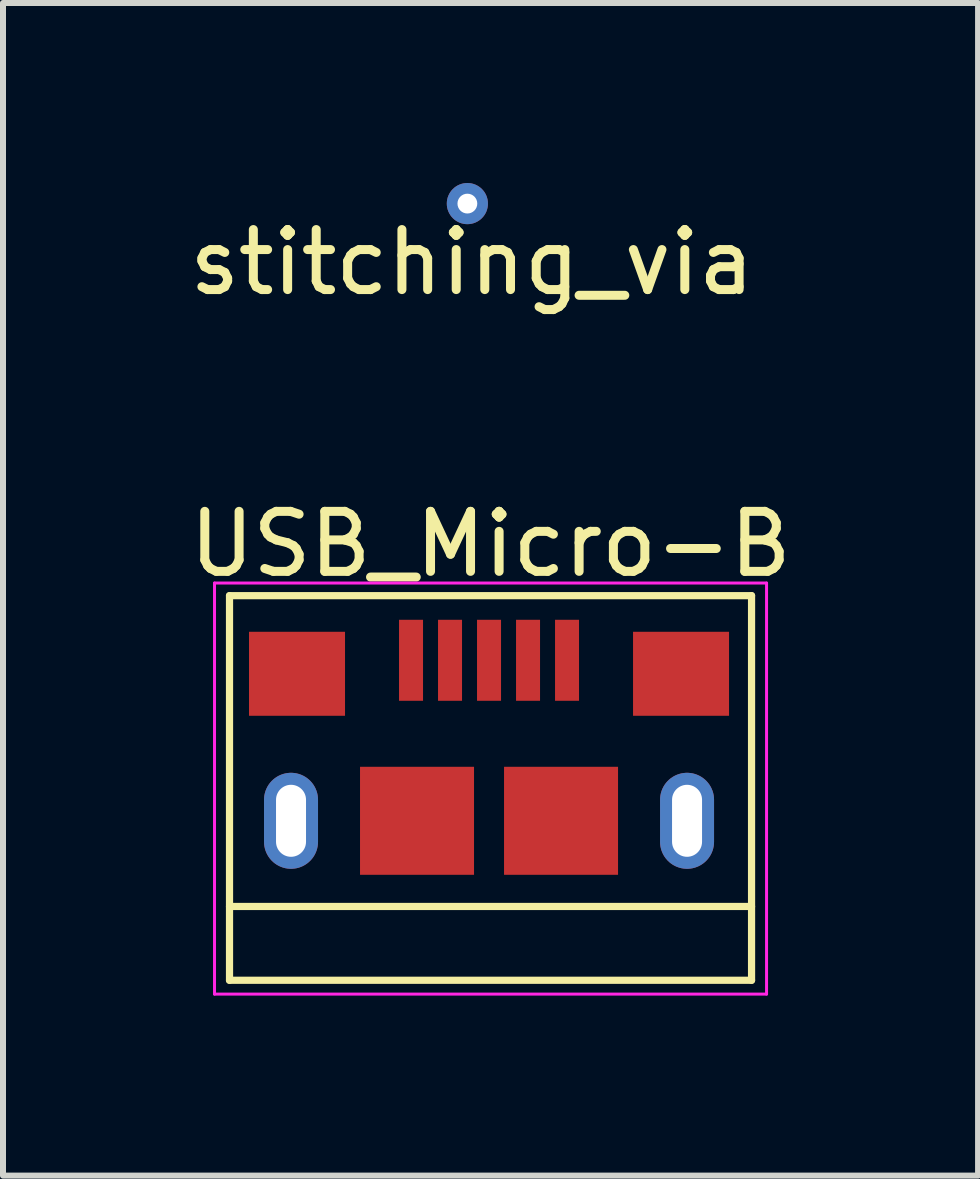
<source format=kicad_pcb>
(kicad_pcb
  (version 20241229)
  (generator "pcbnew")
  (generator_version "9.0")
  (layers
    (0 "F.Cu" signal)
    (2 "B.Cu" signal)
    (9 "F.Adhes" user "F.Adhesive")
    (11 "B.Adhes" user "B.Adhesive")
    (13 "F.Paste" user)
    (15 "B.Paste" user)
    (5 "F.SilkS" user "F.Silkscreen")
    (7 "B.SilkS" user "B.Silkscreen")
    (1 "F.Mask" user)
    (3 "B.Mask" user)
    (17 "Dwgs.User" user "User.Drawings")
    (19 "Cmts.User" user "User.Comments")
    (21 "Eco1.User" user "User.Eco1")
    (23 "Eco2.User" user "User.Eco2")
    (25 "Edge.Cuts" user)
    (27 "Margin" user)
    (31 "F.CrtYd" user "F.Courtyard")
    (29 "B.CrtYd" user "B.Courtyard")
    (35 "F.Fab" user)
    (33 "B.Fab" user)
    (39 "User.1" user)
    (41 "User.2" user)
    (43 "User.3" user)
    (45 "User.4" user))
  (footprint "USB_Micro-B"
    (layer "F.Cu")
    (at 5.1 10.629)
    (property "Reference" "USB_Micro-B" (at 0.025 -4.612 0) (layer "F.SilkS") (effects (font (size 1 1) (thickness 0.15))))
    (attr smd)
    (fp_line (start -4.325 -3.752) (end 4.375 -3.752) (stroke (width 0.12) (type solid)) (layer "F.SilkS"))
    (fp_line (start -4.325 2.658) (end -4.325 -3.752) (stroke (width 0.12) (type solid)) (layer "F.SilkS"))
    (fp_line (start -4.325 2.658) (end 4.375 2.658) (stroke (width 0.12) (type solid)) (layer "F.SilkS"))
    (fp_line (start 4.375 -3.752) (end 4.375 2.658) (stroke (width 0.12) (type solid)) (layer "F.SilkS"))
    (fp_line (start 4.375 1.428) (end -4.325 1.428) (stroke (width 0.12) (type solid)) (layer "F.SilkS"))
    (fp_line (start -4.575 -3.962) (end 4.625 -3.962) (stroke (width 0.05) (type solid)) (layer "F.CrtYd"))
    (fp_line (start -4.575 2.888) (end -4.575 -3.962) (stroke (width 0.05) (type solid)) (layer "F.CrtYd"))
    (fp_line (start 4.625 -3.962) (end 4.625 2.888) (stroke (width 0.05) (type solid)) (layer "F.CrtYd"))
    (fp_line (start 4.625 2.888) (end -4.575 2.888) (stroke (width 0.05) (type solid)) (layer "F.CrtYd"))
    (pad "1" smd rect (at -1.3 -2.675 90) (size 1.35 0.4) (layers "F.Cu" "F.Mask" "F.Paste"))
    (pad "2" smd rect (at -0.65 -2.675 90) (size 1.35 0.4) (layers "F.Cu" "F.Mask" "F.Paste"))
    (pad "3" smd rect (at 0 -2.675 90) (size 1.35 0.4) (layers "F.Cu" "F.Mask" "F.Paste"))
    (pad "4" smd rect (at 0.65 -2.675 90) (size 1.35 0.4) (layers "F.Cu" "F.Mask" "F.Paste"))
    (pad "5" smd rect (at 1.3 -2.675 90) (size 1.35 0.4) (layers "F.Cu" "F.Mask" "F.Paste"))
    (pad "6" thru_hole oval (at -3.3 0 90) (size 1.6 0.9) (drill oval 1.2 0.5) (layers "*.Cu" "*.Mask"))
    (pad "6" smd rect (at -3.2 -2.45 90) (size 1.4 1.6) (layers "F.Cu" "F.Mask" "F.Paste"))
    (pad "6" smd rect (at -1.2 0 90) (size 1.8 1.9) (layers "F.Cu" "F.Mask" "F.Paste"))
    (pad "6" smd rect (at 1.2 0 90) (size 1.8 1.9) (layers "F.Cu" "F.Mask" "F.Paste"))
    (pad "6" smd rect (at 3.2 -2.45 90) (size 1.4 1.6) (layers "F.Cu" "F.Mask" "F.Paste"))
    (pad "6" thru_hole oval (at 3.3 0 90) (size 1.6 0.9) (drill oval 1.2 0.5) (layers "*.Cu" "*.Mask")))
  (footprint "stitching_via"
    (layer "F.Cu")
    (at 4.739 0.343)
    (property "Reference" "stitching_via" (at 0.076 0.978 0) (layer "F.SilkS") (effects (font (size 1 1) (thickness 0.15))))
    (attr through_hole)
    (pad "1" thru_hole circle (at 0 0) (size 0.686 0.686) (drill 0.33) (layers "*.Cu")))
  (gr_rect
    (start -3 -3)
    (end 13.25 16.542)
    (stroke (width 0.1) (type default))
    (fill no)
    (layer "Edge.Cuts")))
</source>
